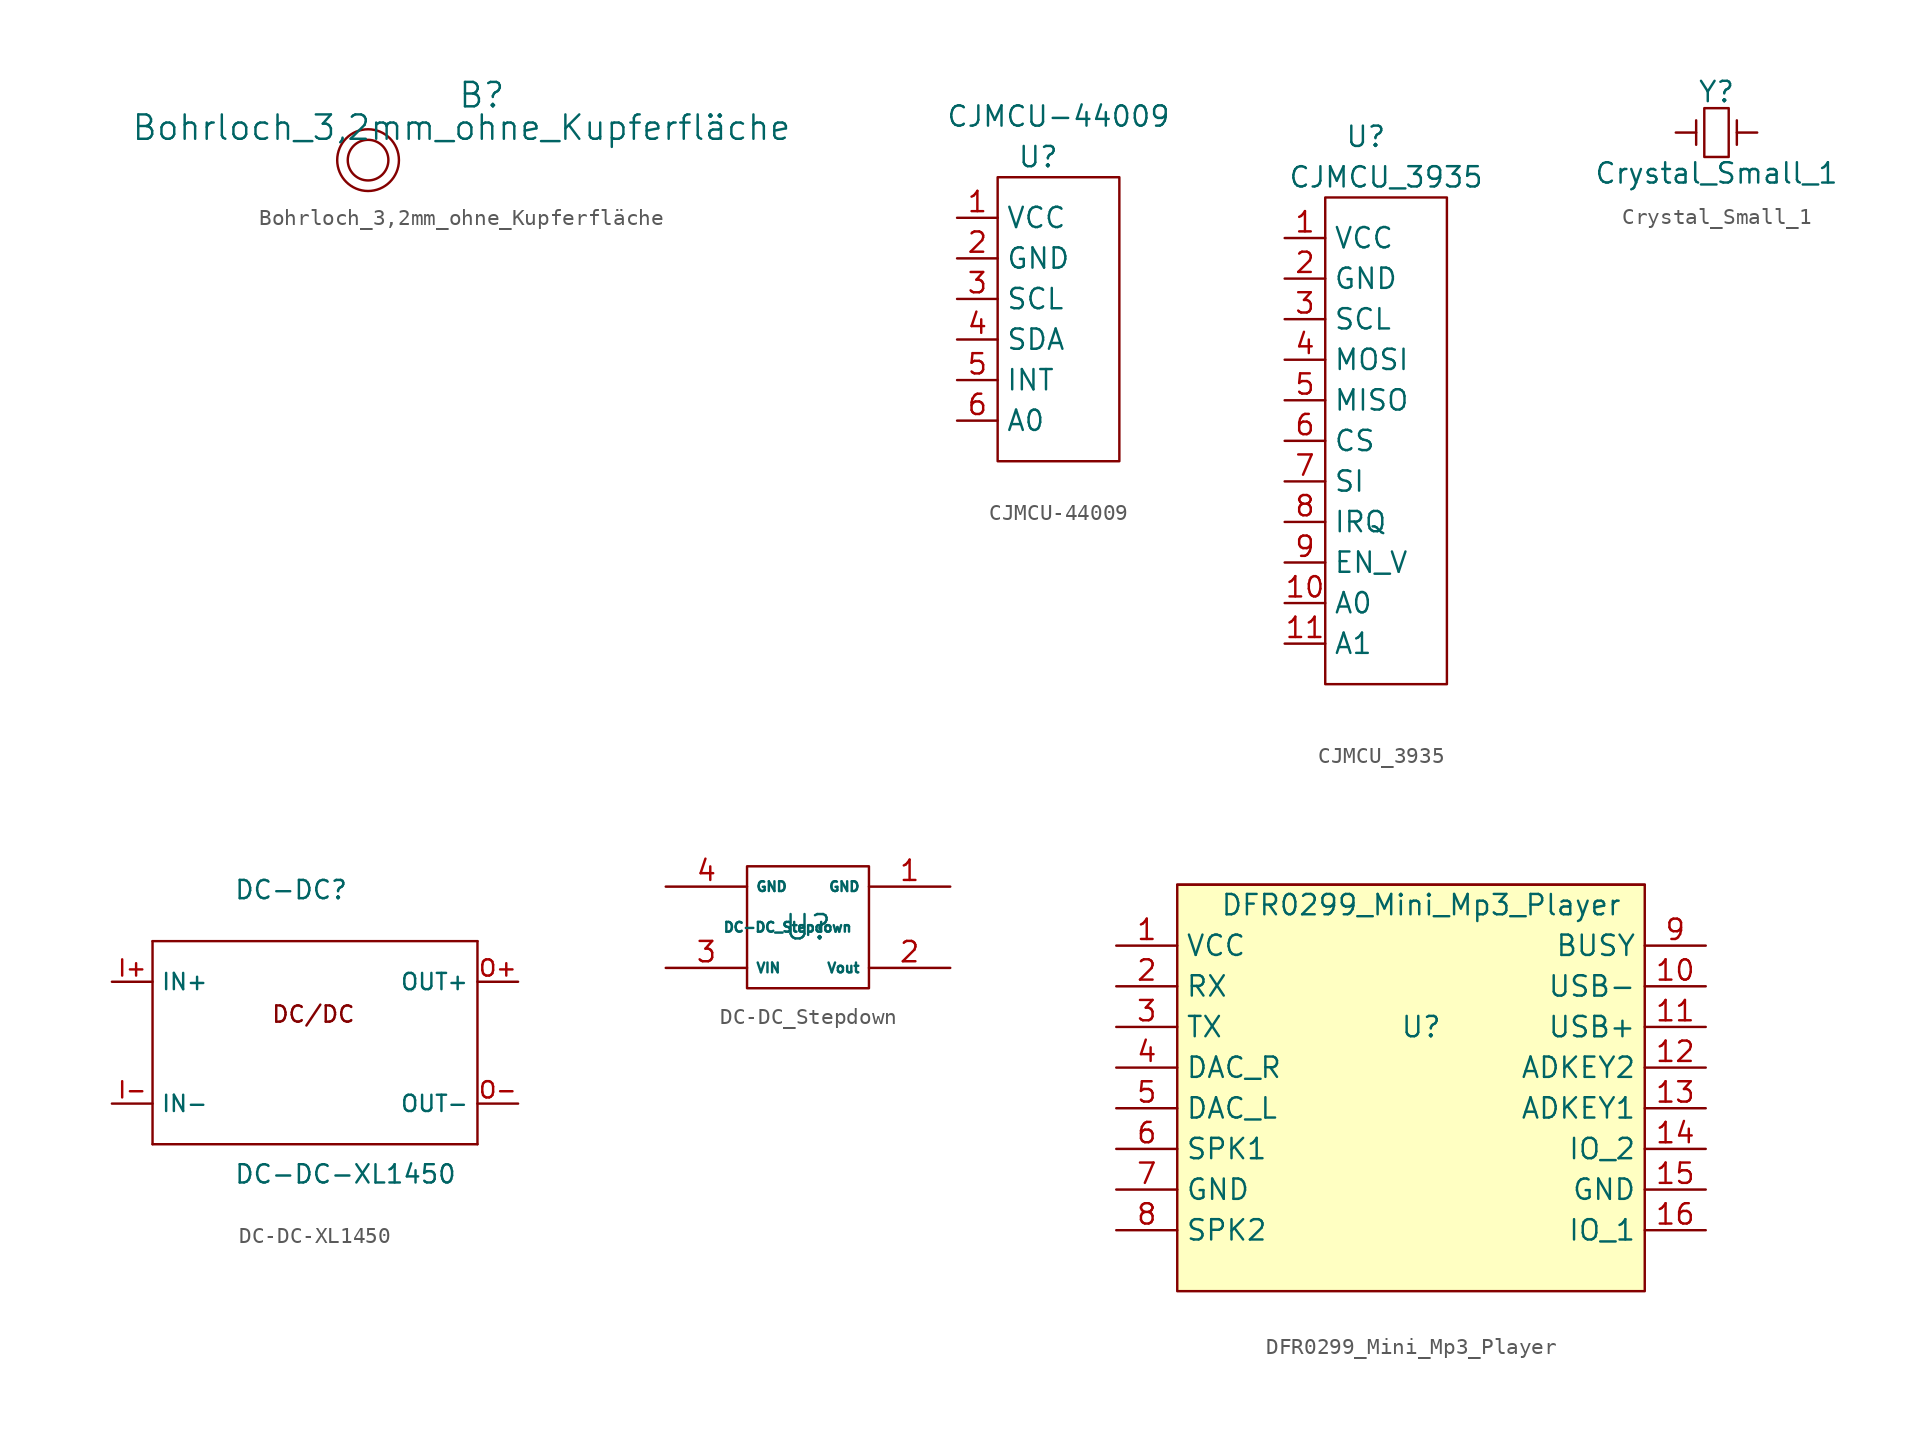
<source format=kicad_sym>
(kicad_symbol_lib
  (version 20220102)
  (generator kicad_symbol_editor)
  (symbol "Bohrloch_3,2mm_ohne_Kupferfläche"
    (property "Reference" "B"
      (at 7.112 4.064 0)
      (effects (font (size 1.524 1.524))))
    (property "Value" "Bohrloch_3,2mm_ohne_Kupferfläche"
      (at 5.842 2.032 0)
      (effects (font (size 1.524 1.524))))
    (property "Footprint" ""
      (at 0 0 0)
      (effects (font (size 1.524 1.524))))
    (property "Datasheet" ""
      (at 0 0 0)
      (effects (font (size 1.524 1.524))))
    (symbol "Bohrloch_3,2mm_ohne_Kupferfläche_0_1"
      (circle (center 0 0) (radius 1.27) (stroke (width 0) (type default)) (fill (type none)))
      (circle (center 0 0) (radius 1.93) (stroke (width 0) (type default)) (fill (type none)))))
  (symbol "CJMCU-44009"
    (property "Reference" "U"
      (at -1.27 10.16 0)
      (effects (font (size 1.27 1.27))))
    (property "Value" "CJMCU-44009"
      (at 0 12.7 0)
      (effects (font (size 1.27 1.27))))
    (symbol "CJMCU-44009_0_1"
      (rectangle (start -3.81 8.89) (end 3.81 -8.89) (stroke (width 0) (type default)) (fill (type none)))
      (pin input line (at -6.35 6.35 0) (length 2.54) (name "VCC" (effects (font (size 1.27 1.27)))) (number "1" (effects (font (size 1.27 1.27)))))
      (pin input line (at -6.35 3.81 0) (length 2.54) (name "GND" (effects (font (size 1.27 1.27)))) (number "2" (effects (font (size 1.27 1.27)))))
      (pin input line (at -6.35 1.27 0) (length 2.54) (name "SCL" (effects (font (size 1.27 1.27)))) (number "3" (effects (font (size 1.27 1.27)))))
      (pin input line (at -6.35 -1.27 0) (length 2.54) (name "SDA" (effects (font (size 1.27 1.27)))) (number "4" (effects (font (size 1.27 1.27)))))
      (pin input line (at -6.35 -3.81 0) (length 2.54) (name "INT" (effects (font (size 1.27 1.27)))) (number "5" (effects (font (size 1.27 1.27)))))
      (pin input line (at -6.35 -6.35 0) (length 2.54) (name "A0" (effects (font (size 1.27 1.27)))) (number "6" (effects (font (size 1.27 1.27)))))))
  (symbol "CJMCU_3935"
    (property "Reference" "U"
      (at -1.27 17.78 0)
      (effects (font (size 1.27 1.27))))
    (property "Value" "CJMCU_3935"
      (at 0 15.24 0)
      (effects (font (size 1.27 1.27))))
    (symbol "CJMCU_3935_0_1"
      (rectangle (start -3.81 13.97) (end 3.81 -16.51) (stroke (width 0) (type default)) (fill (type none)))
      (pin input line (at -6.35 11.43 0) (length 2.54) (name "VCC" (effects (font (size 1.27 1.27)))) (number "1" (effects (font (size 1.27 1.27)))))
      (pin input line (at -6.35 -11.43 0) (length 2.54) (name "A0" (effects (font (size 1.27 1.27)))) (number "10" (effects (font (size 1.27 1.27)))))
      (pin input line (at -6.35 -13.97 0) (length 2.54) (name "A1" (effects (font (size 1.27 1.27)))) (number "11" (effects (font (size 1.27 1.27)))))
      (pin input line (at -6.35 8.89 0) (length 2.54) (name "GND" (effects (font (size 1.27 1.27)))) (number "2" (effects (font (size 1.27 1.27)))))
      (pin input line (at -6.35 6.35 0) (length 2.54) (name "SCL" (effects (font (size 1.27 1.27)))) (number "3" (effects (font (size 1.27 1.27)))))
      (pin input line (at -6.35 3.81 0) (length 2.54) (name "MOSI" (effects (font (size 1.27 1.27)))) (number "4" (effects (font (size 1.27 1.27)))))
      (pin input line (at -6.35 1.27 0) (length 2.54) (name "MISO" (effects (font (size 1.27 1.27)))) (number "5" (effects (font (size 1.27 1.27)))))
      (pin input line (at -6.35 -1.27 0) (length 2.54) (name "CS" (effects (font (size 1.27 1.27)))) (number "6" (effects (font (size 1.27 1.27)))))
      (pin input line (at -6.35 -3.81 0) (length 2.54) (name "SI" (effects (font (size 1.27 1.27)))) (number "7" (effects (font (size 1.27 1.27)))))
      (pin input line (at -6.35 -6.35 0) (length 2.54) (name "IRQ" (effects (font (size 1.27 1.27)))) (number "8" (effects (font (size 1.27 1.27)))))
      (pin input line (at -6.35 -8.89 0) (length 2.54) (name "EN_V" (effects (font (size 1.27 1.27)))) (number "9" (effects (font (size 1.27 1.27)))))))
  (symbol "Crystal_Small_1"
    (pin_numbers hide)
    (pin_names
      (offset 1.016) hide)
    (property "Reference" "Y"
      (at 0 2.54 0)
      (effects (font (size 1.27 1.27))))
    (property "Value" "Crystal_Small_1"
      (at 0 -2.54 0)
      (effects (font (size 1.27 1.27))))
    (property "Footprint" ""
      (at 0 0 0)
      (effects (font (size 1.524 1.524))))
    (property "Datasheet" ""
      (at 0 0 0)
      (effects (font (size 1.524 1.524))))
    (symbol "Crystal_Small_1_0_1"
      (rectangle (start -0.762 -1.524) (end 0.762 1.524) (stroke (width 0) (type default)) (fill (type none)))
      (polyline (pts (xy -1.27 -0.762) (xy -1.27 0.762)) (stroke (width 0) (type default)) (fill (type none)))
      (polyline (pts (xy 1.27 -0.762) (xy 1.27 0.762)) (stroke (width 0) (type default)) (fill (type none))))
    (symbol "Crystal_Small_1_1_1"
      (pin passive line (at -2.54 0 0) (length 1.27) (name "1" (effects (font (size 1.016 1.016)))) (number "1" (effects (font (size 1.016 1.016)))))
      (pin passive line (at 2.54 0 180) (length 1.27) (name "2" (effects (font (size 1.016 1.016)))) (number "2" (effects (font (size 1.016 1.016)))))))
  (symbol "DC-DC-XL1450"
    (property "Reference" "DC-DC"
      (at -5.08 15.24 0)
      (effects (font (size 1.143 1.143)) (justify left bottom)))
    (property "Value" "DC-DC-XL1450"
      (at -5.08 -2.54 0)
      (effects (font (size 1.143 1.143)) (justify left bottom)))
    (property "ki_locked" ""
      (at 0 0 0)
      (effects (font (size 1.27 1.27))))
    (symbol "DC-DC-XL1450_1_0"
      (polyline (pts (xy -10.16 0) (xy 10.16 0)) (stroke (width 0) (type default)) (fill (type none)))
      (polyline (pts (xy -10.16 12.7) (xy -10.16 0)) (stroke (width 0) (type default)) (fill (type none)))
      (polyline (pts (xy 10.16 0) (xy 10.16 12.7)) (stroke (width 0) (type default)) (fill (type none)))
      (polyline (pts (xy 10.16 12.7) (xy -10.16 12.7)) (stroke (width 0) (type default)) (fill (type none)))
      (text "DC/DC" (at -0.102 8.128 0) (effects (font (size 1.016 1.016)))))
    (symbol "DC-DC-XL1450_1_1"
      (pin power_in line (at -12.7 10.16 0) (length 2.54) (name "IN+" (effects (font (size 1.016 1.016)))) (number "I+" (effects (font (size 1.016 1.016)))))
      (pin power_in line (at -12.7 2.54 0) (length 2.54) (name "IN-" (effects (font (size 1.016 1.016)))) (number "I-" (effects (font (size 1.016 1.016)))))
      (pin power_out line (at 12.7 10.16 180) (length 2.54) (name "OUT+" (effects (font (size 1.016 1.016)))) (number "O+" (effects (font (size 1.016 1.016)))))
      (pin power_out line (at 12.7 2.54 180) (length 2.54) (name "OUT-" (effects (font (size 1.016 1.016)))) (number "O-" (effects (font (size 1.016 1.016)))))))
  (symbol "DC-DC_Stepdown"
    (property "Reference" "U"
      (at 0 0 0)
      (effects (font (size 1.524 1.524))))
    (property "Value" "DC-DC_Stepdown"
      (at -1.27 0 0)
      (effects (font (size 0.61 0.61))))
    (property "Footprint" ""
      (at 0 0 0)
      (effects (font (size 1.524 1.524))))
    (property "Datasheet" ""
      (at 0 0 0)
      (effects (font (size 1.524 1.524))))
    (symbol "DC-DC_Stepdown_0_1"
      (rectangle (start 3.81 -3.81) (end -3.81 3.81) (stroke (width 0) (type default)) (fill (type none))))
    (symbol "DC-DC_Stepdown_1_1"
      (pin output line (at 8.89 2.54 180) (length 5.08) (name "GND" (effects (font (size 0.61 0.61)))) (number "1" (effects (font (size 1.27 1.27)))))
      (pin output line (at 8.89 -2.54 180) (length 5.08) (name "Vout" (effects (font (size 0.61 0.61)))) (number "2" (effects (font (size 1.27 1.27)))))
      (pin input line (at -8.89 -2.54 0) (length 5.08) (name "VIN" (effects (font (size 0.61 0.61)))) (number "3" (effects (font (size 1.27 1.27)))))
      (pin input line (at -8.89 2.54 0) (length 5.08) (name "GND" (effects (font (size 0.61 0.61)))) (number "4" (effects (font (size 1.27 1.27)))))))
  (symbol "DFR0299_Mini_Mp3_Player"
    (property "Reference" "U"
      (at 0 0 0)
      (effects (font (size 1.27 1.27))))
    (property "Value" "DFR0299_Mini_Mp3_Player"
      (at 0 7.62 0)
      (effects (font (size 1.27 1.27))))
    (symbol "DFR0299_Mini_Mp3_Player_0_1"
      (rectangle (start -15.24 8.89) (end 13.97 8.89) (stroke (width 0) (type default)) (fill (type none)))
      (rectangle (start 13.97 8.89) (end -15.24 -16.51) (stroke (width 0) (type default)) (fill (type background))))
    (symbol "DFR0299_Mini_Mp3_Player_1_1"
      (pin input line (at -19.05 5.08 0) (length 3.81) (name "VCC" (effects (font (size 1.27 1.27)))) (number "1" (effects (font (size 1.27 1.27)))))
      (pin input line (at 17.78 2.54 180) (length 3.81) (name "USB-" (effects (font (size 1.27 1.27)))) (number "10" (effects (font (size 1.27 1.27)))))
      (pin input line (at 17.78 0 180) (length 3.81) (name "USB+" (effects (font (size 1.27 1.27)))) (number "11" (effects (font (size 1.27 1.27)))))
      (pin input line (at 17.78 -2.54 180) (length 3.81) (name "ADKEY2" (effects (font (size 1.27 1.27)))) (number "12" (effects (font (size 1.27 1.27)))))
      (pin input line (at 17.78 -5.08 180) (length 3.81) (name "ADKEY1" (effects (font (size 1.27 1.27)))) (number "13" (effects (font (size 1.27 1.27)))))
      (pin input line (at 17.78 -7.62 180) (length 3.81) (name "IO_2" (effects (font (size 1.27 1.27)))) (number "14" (effects (font (size 1.27 1.27)))))
      (pin input line (at 17.78 -10.16 180) (length 3.81) (name "GND" (effects (font (size 1.27 1.27)))) (number "15" (effects (font (size 1.27 1.27)))))
      (pin input line (at 17.78 -12.7 180) (length 3.81) (name "IO_1" (effects (font (size 1.27 1.27)))) (number "16" (effects (font (size 1.27 1.27)))))
      (pin input line (at -19.05 2.54 0) (length 3.81) (name "RX" (effects (font (size 1.27 1.27)))) (number "2" (effects (font (size 1.27 1.27)))))
      (pin input line (at -19.05 0 0) (length 3.81) (name "TX" (effects (font (size 1.27 1.27)))) (number "3" (effects (font (size 1.27 1.27)))))
      (pin input line (at -19.05 -2.54 0) (length 3.81) (name "DAC_R" (effects (font (size 1.27 1.27)))) (number "4" (effects (font (size 1.27 1.27)))))
      (pin input line (at -19.05 -5.08 0) (length 3.81) (name "DAC_L" (effects (font (size 1.27 1.27)))) (number "5" (effects (font (size 1.27 1.27)))))
      (pin input line (at -19.05 -7.62 0) (length 3.81) (name "SPK1" (effects (font (size 1.27 1.27)))) (number "6" (effects (font (size 1.27 1.27)))))
      (pin input line (at -19.05 -10.16 0) (length 3.81) (name "GND" (effects (font (size 1.27 1.27)))) (number "7" (effects (font (size 1.27 1.27)))))
      (pin input line (at -19.05 -12.7 0) (length 3.81) (name "SPK2" (effects (font (size 1.27 1.27)))) (number "8" (effects (font (size 1.27 1.27)))))
      (pin input line (at 17.78 5.08 180) (length 3.81) (name "BUSY" (effects (font (size 1.27 1.27)))) (number "9" (effects (font (size 1.27 1.27))))))))
</source>
